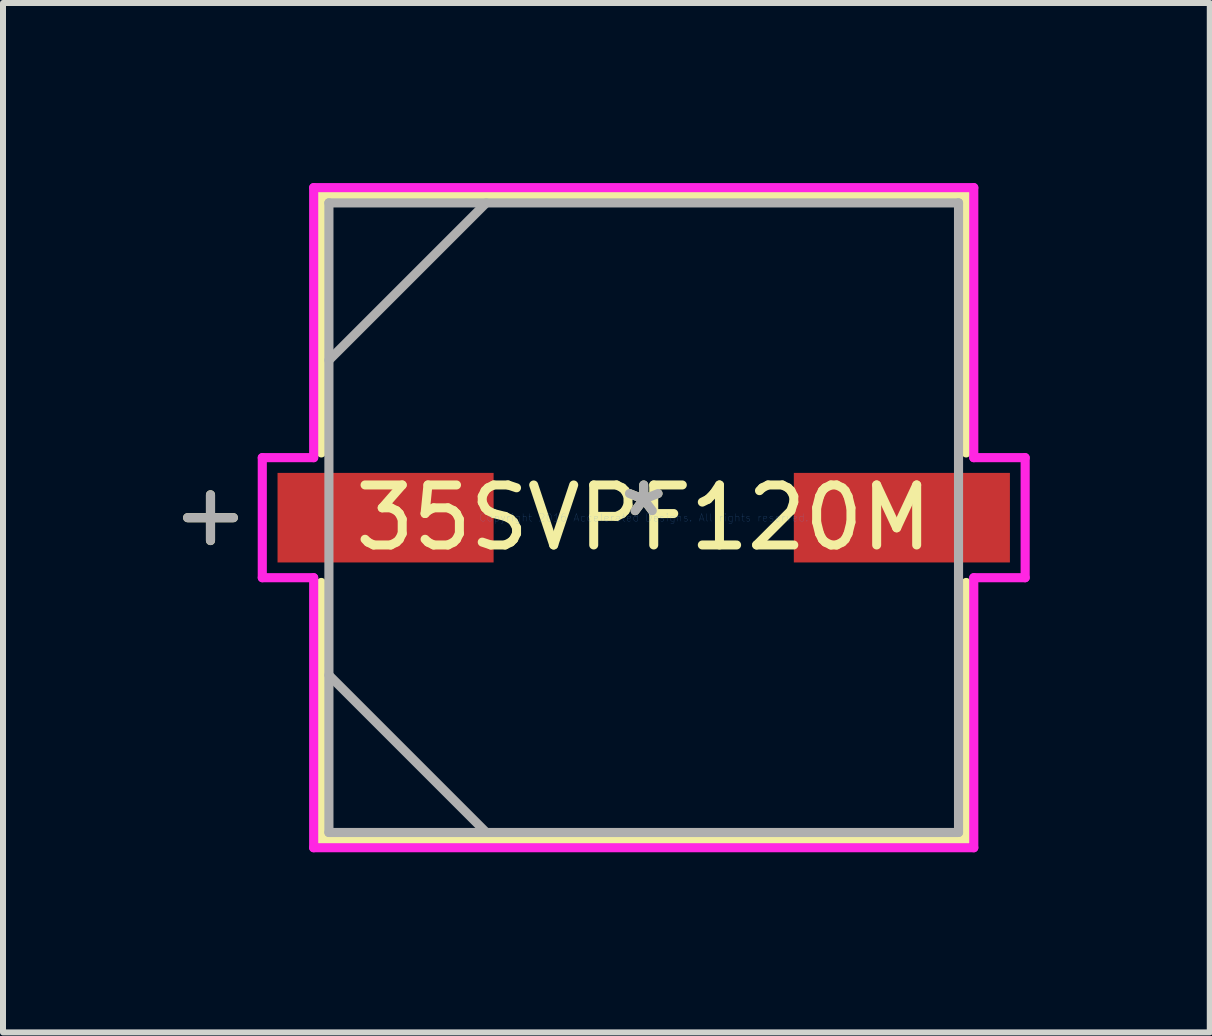
<source format=kicad_pcb>
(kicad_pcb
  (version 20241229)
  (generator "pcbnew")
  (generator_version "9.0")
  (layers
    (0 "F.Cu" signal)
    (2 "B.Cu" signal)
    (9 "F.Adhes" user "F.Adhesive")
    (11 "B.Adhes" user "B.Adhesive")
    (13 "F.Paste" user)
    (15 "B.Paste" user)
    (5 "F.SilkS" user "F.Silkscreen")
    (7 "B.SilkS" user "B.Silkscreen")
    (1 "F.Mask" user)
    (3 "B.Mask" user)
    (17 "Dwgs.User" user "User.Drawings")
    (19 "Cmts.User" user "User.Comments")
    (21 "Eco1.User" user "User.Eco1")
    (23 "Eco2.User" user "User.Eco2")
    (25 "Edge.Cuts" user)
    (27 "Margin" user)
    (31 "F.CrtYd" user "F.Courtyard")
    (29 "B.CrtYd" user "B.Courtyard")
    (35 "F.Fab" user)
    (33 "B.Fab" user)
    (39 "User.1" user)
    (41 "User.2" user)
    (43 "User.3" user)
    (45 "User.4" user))
  (footprint "35SVPF120M"
    (layer "F.Cu")
    (at 7.675 5.575)
    (property "Reference" "35SVPF120M" (at 0 0 0) (layer "F.SilkS") (effects (font (size 1 1) (thickness 0.15))))
    (attr through_hole)
    (fp_line (start -7.218 -0.381) (end -7.218 0.381) (stroke (width 0.152) (type solid)) (layer "F.SilkS"))
    (fp_line (start -6.837 0) (end -7.599 0) (stroke (width 0.152) (type solid)) (layer "F.SilkS"))
    (fp_line (start -5.372 -5.372) (end -5.372 -1.079) (stroke (width 0.152) (type solid)) (layer "F.SilkS"))
    (fp_line (start -5.372 1.079) (end -5.372 5.372) (stroke (width 0.152) (type solid)) (layer "F.SilkS"))
    (fp_line (start -5.372 5.372) (end 5.372 5.372) (stroke (width 0.152) (type solid)) (layer "F.SilkS"))
    (fp_line (start 5.372 -5.372) (end -5.372 -5.372) (stroke (width 0.152) (type solid)) (layer "F.SilkS"))
    (fp_line (start 5.372 -1.079) (end 5.372 -5.372) (stroke (width 0.152) (type solid)) (layer "F.SilkS"))
    (fp_line (start 5.372 5.372) (end 5.372 1.079) (stroke (width 0.152) (type solid)) (layer "F.SilkS"))
    (fp_line (start -6.355 -1) (end -5.499 -1) (stroke (width 0.152) (type solid)) (layer "F.CrtYd"))
    (fp_line (start -6.355 1) (end -6.355 -1) (stroke (width 0.152) (type solid)) (layer "F.CrtYd"))
    (fp_line (start -5.499 -5.499) (end 5.499 -5.499) (stroke (width 0.152) (type solid)) (layer "F.CrtYd"))
    (fp_line (start -5.499 -1) (end -5.499 -5.499) (stroke (width 0.152) (type solid)) (layer "F.CrtYd"))
    (fp_line (start -5.499 1) (end -6.355 1) (stroke (width 0.152) (type solid)) (layer "F.CrtYd"))
    (fp_line (start -5.499 5.499) (end -5.499 1) (stroke (width 0.152) (type solid)) (layer "F.CrtYd"))
    (fp_line (start 5.499 -5.499) (end 5.499 -1) (stroke (width 0.152) (type solid)) (layer "F.CrtYd"))
    (fp_line (start 5.499 -1) (end 6.355 -1) (stroke (width 0.152) (type solid)) (layer "F.CrtYd"))
    (fp_line (start 5.499 1) (end 5.499 5.499) (stroke (width 0.152) (type solid)) (layer "F.CrtYd"))
    (fp_line (start 5.499 5.499) (end -5.499 5.499) (stroke (width 0.152) (type solid)) (layer "F.CrtYd"))
    (fp_line (start 6.355 -1) (end 6.355 1) (stroke (width 0.152) (type solid)) (layer "F.CrtYd"))
    (fp_line (start 6.355 1) (end 5.499 1) (stroke (width 0.152) (type solid)) (layer "F.CrtYd"))
    (fp_line (start -7.218 -0.381) (end -7.218 0.381) (stroke (width 0.152) (type solid)) (layer "F.Fab"))
    (fp_line (start -6.837 0) (end -7.599 0) (stroke (width 0.152) (type solid)) (layer "F.Fab"))
    (fp_line (start -5.245 -5.245) (end -5.245 5.245) (stroke (width 0.152) (type solid)) (layer "F.Fab"))
    (fp_line (start -5.245 -2.623) (end -2.623 -5.245) (stroke (width 0.152) (type solid)) (layer "F.Fab"))
    (fp_line (start -5.245 2.623) (end -2.623 5.245) (stroke (width 0.152) (type solid)) (layer "F.Fab"))
    (fp_line (start -5.245 5.245) (end 5.245 5.245) (stroke (width 0.152) (type solid)) (layer "F.Fab"))
    (fp_line (start 5.245 -5.245) (end -5.245 -5.245) (stroke (width 0.152) (type solid)) (layer "F.Fab"))
    (fp_line (start 5.245 5.245) (end 5.245 -5.245) (stroke (width 0.152) (type solid)) (layer "F.Fab"))
    (fp_text user "*" (at 0 0 0) (layer "F.SilkS") (effects (font (size 1 1) (thickness 0.15))))
    (fp_text user "Copyright 2016 Accelerated Designs. All rights reserved." (at 0 0 0) (layer "Cmts.User") (effects (font (size 0.127 0.127) (thickness 0.002))))
    (fp_text user "*" (at 0 0 0) (layer "F.Fab") (effects (font (size 1 1) (thickness 0.15))))
    (pad "1" smd rect (at -4.301 0) (size 3.6 1.492) (layers "F.Cu" "F.Mask" "F.Paste"))
    (pad "2" smd rect (at 4.301 0) (size 3.6 1.492) (layers "F.Cu" "F.Mask" "F.Paste")))
  (gr_rect
    (start -3 -3)
    (end 17.106 14.151)
    (stroke (width 0.1) (type default))
    (fill no)
    (layer "Edge.Cuts")))
</source>
